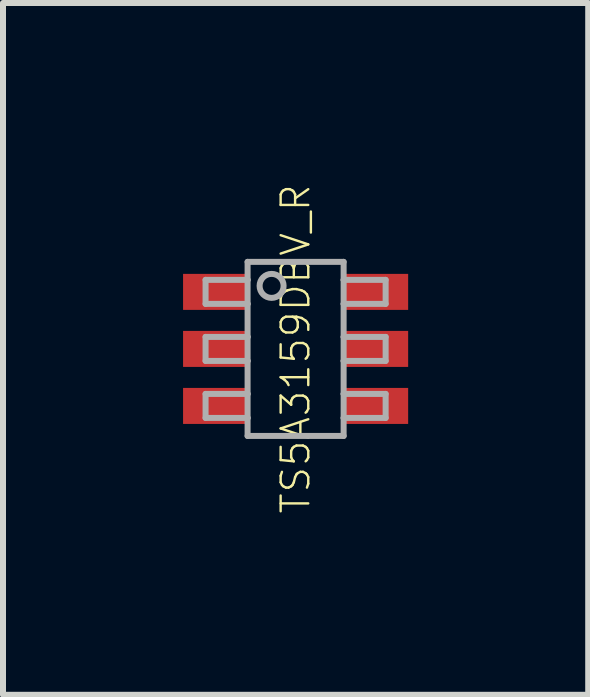
<source format=kicad_pcb>
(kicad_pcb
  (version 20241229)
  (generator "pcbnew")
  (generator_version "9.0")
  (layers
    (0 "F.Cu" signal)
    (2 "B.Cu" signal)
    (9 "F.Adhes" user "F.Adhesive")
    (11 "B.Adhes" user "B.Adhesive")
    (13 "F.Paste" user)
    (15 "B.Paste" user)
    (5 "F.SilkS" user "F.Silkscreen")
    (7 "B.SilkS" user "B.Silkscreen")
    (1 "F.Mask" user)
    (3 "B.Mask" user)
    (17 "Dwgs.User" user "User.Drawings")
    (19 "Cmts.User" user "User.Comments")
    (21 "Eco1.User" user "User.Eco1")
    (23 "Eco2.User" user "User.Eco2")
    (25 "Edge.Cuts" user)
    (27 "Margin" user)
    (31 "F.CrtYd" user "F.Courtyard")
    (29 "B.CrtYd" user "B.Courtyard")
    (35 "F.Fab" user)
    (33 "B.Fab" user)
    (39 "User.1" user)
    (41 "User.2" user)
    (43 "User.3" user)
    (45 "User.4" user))
  (footprint "TS5A3159DBV_R"
    (layer "F.Cu")
    (at 1.875 2.763)
    (property "Reference" "TS5A3159DBV_R" (at 0 0 90) (unlocked yes) (layer "F.SilkS") (effects (font (size 0.46 0.46) (thickness 0.04))))
    (fp_line (start -1.5 -1.15) (end -1.5 -0.75) (stroke (width 0.1) (type solid)) (layer "F.Fab"))
    (fp_line (start -1.5 -0.75) (end -0.8 -0.75) (stroke (width 0.1) (type solid)) (layer "F.Fab"))
    (fp_line (start -1.5 -0.2) (end -1.5 0.2) (stroke (width 0.1) (type solid)) (layer "F.Fab"))
    (fp_line (start -1.5 0.75) (end -1.5 1.15) (stroke (width 0.1) (type solid)) (layer "F.Fab"))
    (fp_line (start -0.8 -1.45) (end 0.8 -1.45) (stroke (width 0.1) (type solid)) (layer "F.Fab"))
    (fp_line (start -0.8 -1.15) (end -1.5 -1.15) (stroke (width 0.1) (type solid)) (layer "F.Fab"))
    (fp_line (start -0.8 -1.15) (end -0.8 -1.45) (stroke (width 0.1) (type solid)) (layer "F.Fab"))
    (fp_line (start -0.8 -0.75) (end -0.8 -1.15) (stroke (width 0.1) (type solid)) (layer "F.Fab"))
    (fp_line (start -0.8 -0.2) (end -1.5 -0.2) (stroke (width 0.1) (type solid)) (layer "F.Fab"))
    (fp_line (start -0.8 -0.2) (end -0.8 -0.75) (stroke (width 0.1) (type solid)) (layer "F.Fab"))
    (fp_line (start -0.8 0.2) (end -1.5 0.2) (stroke (width 0.1) (type solid)) (layer "F.Fab"))
    (fp_line (start -0.8 0.2) (end -0.8 -0.2) (stroke (width 0.1) (type solid)) (layer "F.Fab"))
    (fp_line (start -0.8 0.75) (end -1.5 0.75) (stroke (width 0.1) (type solid)) (layer "F.Fab"))
    (fp_line (start -0.8 0.75) (end -0.8 0.2) (stroke (width 0.1) (type solid)) (layer "F.Fab"))
    (fp_line (start -0.8 1.15) (end -1.5 1.15) (stroke (width 0.1) (type solid)) (layer "F.Fab"))
    (fp_line (start -0.8 1.15) (end -0.8 0.75) (stroke (width 0.1) (type solid)) (layer "F.Fab"))
    (fp_line (start -0.8 1.45) (end -0.8 1.15) (stroke (width 0.1) (type solid)) (layer "F.Fab"))
    (fp_line (start 0.8 -1.45) (end 0.8 -1.15) (stroke (width 0.1) (type solid)) (layer "F.Fab"))
    (fp_line (start 0.8 -1.15) (end 0.8 -0.75) (stroke (width 0.1) (type solid)) (layer "F.Fab"))
    (fp_line (start 0.8 -0.75) (end 0.8 -0.2) (stroke (width 0.1) (type solid)) (layer "F.Fab"))
    (fp_line (start 0.8 -0.2) (end 0.8 0.2) (stroke (width 0.1) (type solid)) (layer "F.Fab"))
    (fp_line (start 0.8 0.2) (end 0.8 0.75) (stroke (width 0.1) (type solid)) (layer "F.Fab"))
    (fp_line (start 0.8 0.75) (end 0.8 1.15) (stroke (width 0.1) (type solid)) (layer "F.Fab"))
    (fp_line (start 0.8 1.15) (end 0.8 1.45) (stroke (width 0.1) (type solid)) (layer "F.Fab"))
    (fp_line (start 0.8 1.45) (end -0.8 1.45) (stroke (width 0.1) (type solid)) (layer "F.Fab"))
    (fp_line (start 1.5 -1.15) (end 0.8 -1.15) (stroke (width 0.1) (type solid)) (layer "F.Fab"))
    (fp_line (start 1.5 -1.15) (end 1.5 -0.75) (stroke (width 0.1) (type solid)) (layer "F.Fab"))
    (fp_line (start 1.5 -0.75) (end 0.8 -0.75) (stroke (width 0.1) (type solid)) (layer "F.Fab"))
    (fp_line (start 1.5 -0.2) (end 0.8 -0.2) (stroke (width 0.1) (type solid)) (layer "F.Fab"))
    (fp_line (start 1.5 -0.2) (end 1.5 0.2) (stroke (width 0.1) (type solid)) (layer "F.Fab"))
    (fp_line (start 1.5 0.2) (end 0.8 0.2) (stroke (width 0.1) (type solid)) (layer "F.Fab"))
    (fp_line (start 1.5 0.75) (end 0.8 0.75) (stroke (width 0.1) (type solid)) (layer "F.Fab"))
    (fp_line (start 1.5 0.75) (end 1.5 1.15) (stroke (width 0.1) (type solid)) (layer "F.Fab"))
    (fp_line (start 1.5 1.15) (end 0.8 1.15) (stroke (width 0.1) (type solid)) (layer "F.Fab"))
    (fp_circle (center -0.4 -1.05) (end -0.2 -1.05) (stroke (width 0.1) (type solid)) (fill no) (layer "F.Fab"))
    (pad "1" smd rect (at -1.35 -0.95) (size 1.05 0.6) (layers "F.Cu" "F.Mask" "F.Paste"))
    (pad "2" smd rect (at -1.35 0) (size 1.05 0.6) (layers "F.Cu" "F.Mask" "F.Paste"))
    (pad "3" smd rect (at -1.35 0.95) (size 1.05 0.6) (layers "F.Cu" "F.Mask" "F.Paste"))
    (pad "4" smd rect (at 1.35 0.95) (size 1.05 0.6) (layers "F.Cu" "F.Mask" "F.Paste"))
    (pad "5" smd rect (at 1.35 0) (size 1.05 0.6) (layers "F.Cu" "F.Mask" "F.Paste"))
    (pad "6" smd rect (at 1.35 -0.95) (size 1.05 0.6) (layers "F.Cu" "F.Mask" "F.Paste")))
  (gr_rect
    (start -3 -3)
    (end 6.75 8.526)
    (stroke (width 0.1) (type default))
    (fill no)
    (layer "Edge.Cuts")))
</source>
